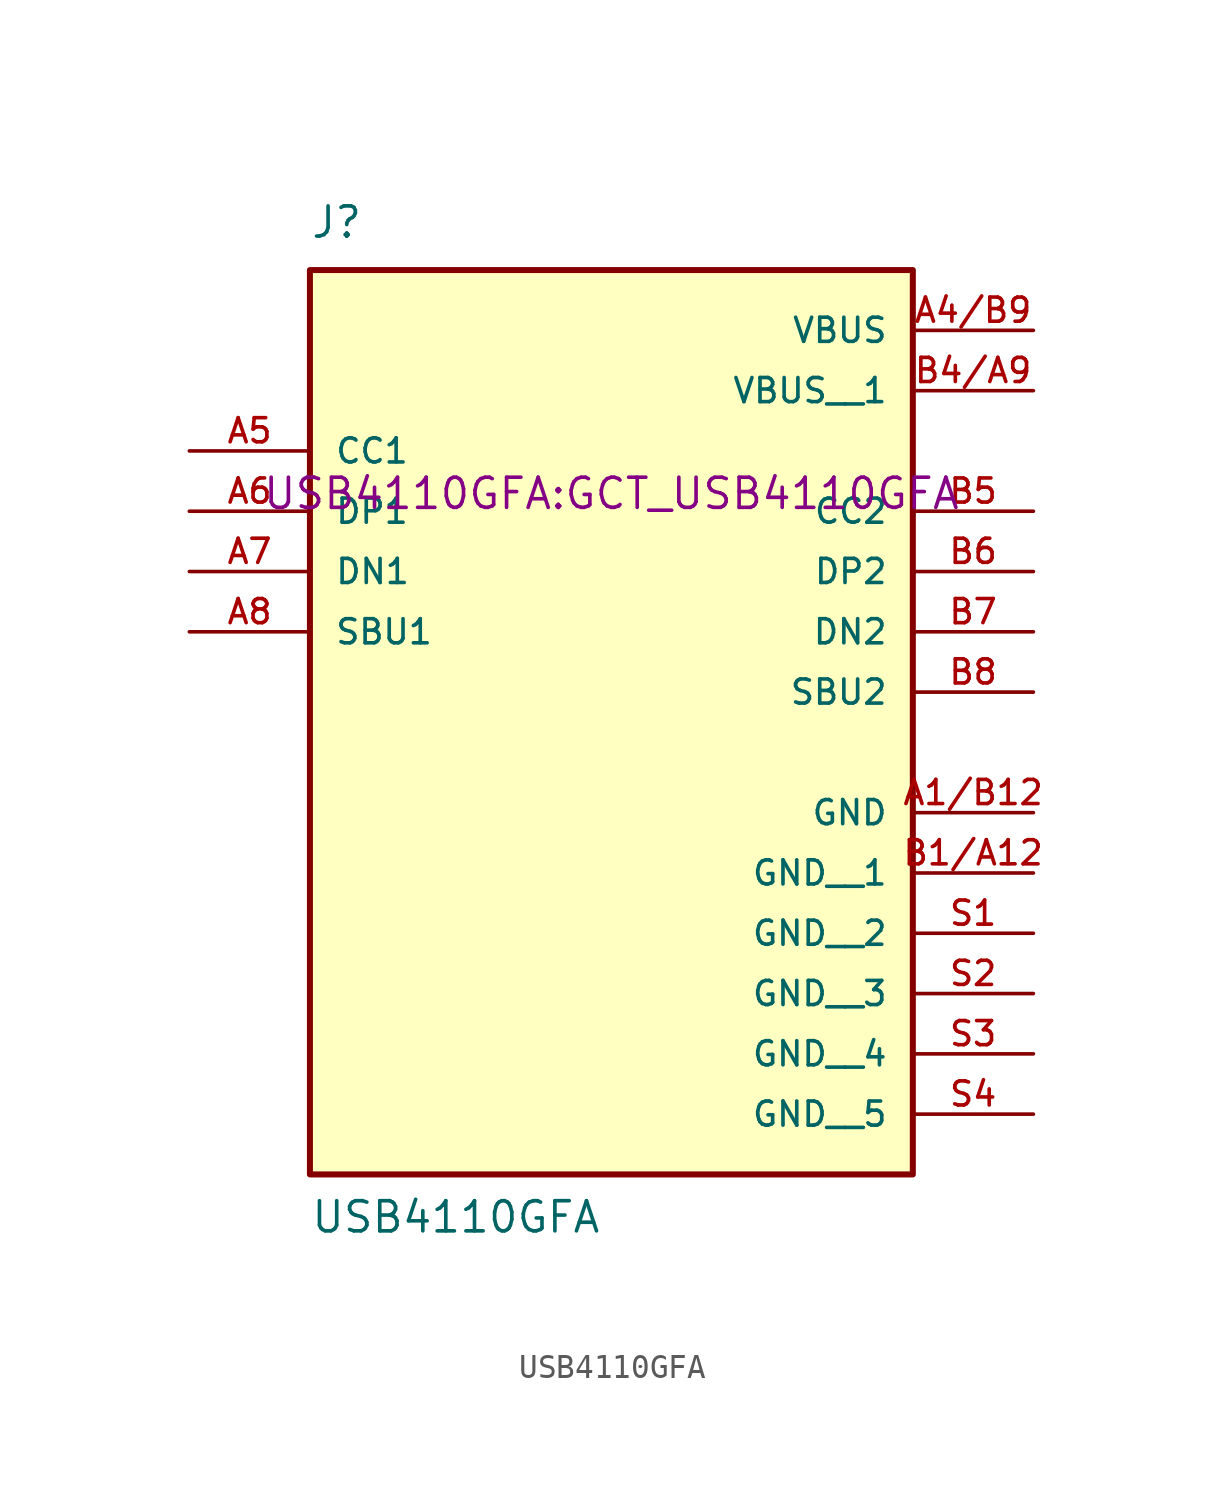
<source format=kicad_sym>
(kicad_symbol_lib
  (version 20231120)
  (generator "kicad_symbol_editor")
  (generator_version "8.0")
  (symbol "USB4110GFA"
    (pin_names
      (offset 1.016))
    (property "Reference" "J"
      (at -12.7 11.43 0)
      (effects (font (size 1.27 1.27)) (justify left bottom)))
    (property "Value" "USB4110GFA"
      (at -12.7 -30.48 0)
      (effects (font (size 1.27 1.27)) (justify left bottom)))
    (property "Footprint" "USB4110GFA:GCT_USB4110GFA"
      (at 0 0 0)
      (effects (font (size 1.27 1.27)) (justify bottom)))
    (symbol "USB4110GFA_0_0"
      (rectangle (start -12.7 -27.94) (end 12.7 10.16) (stroke (width 0.254) (type default)) (fill (type background)))
      (pin power_in line (at 17.78 -12.7 180) (length 5.08) (name "GND" (effects (font (size 1.016 1.016)))) (number "A1/B12" (effects (font (size 1.016 1.016)))))
      (pin power_in line (at 17.78 7.62 180) (length 5.08) (name "VBUS" (effects (font (size 1.016 1.016)))) (number "A4/B9" (effects (font (size 1.016 1.016)))))
      (pin bidirectional line (at -17.78 2.54 0) (length 5.08) (name "CC1" (effects (font (size 1.016 1.016)))) (number "A5" (effects (font (size 1.016 1.016)))))
      (pin bidirectional line (at -17.78 0 0) (length 5.08) (name "DP1" (effects (font (size 1.016 1.016)))) (number "A6" (effects (font (size 1.016 1.016)))))
      (pin bidirectional line (at -17.78 -2.54 0) (length 5.08) (name "DN1" (effects (font (size 1.016 1.016)))) (number "A7" (effects (font (size 1.016 1.016)))))
      (pin bidirectional line (at -17.78 -5.08 0) (length 5.08) (name "SBU1" (effects (font (size 1.016 1.016)))) (number "A8" (effects (font (size 1.016 1.016)))))
      (pin power_in line (at 17.78 -15.24 180) (length 5.08) (name "GND__1" (effects (font (size 1.016 1.016)))) (number "B1/A12" (effects (font (size 1.016 1.016)))))
      (pin power_in line (at 17.78 5.08 180) (length 5.08) (name "VBUS__1" (effects (font (size 1.016 1.016)))) (number "B4/A9" (effects (font (size 1.016 1.016)))))
      (pin bidirectional line (at 17.78 0 180) (length 5.08) (name "CC2" (effects (font (size 1.016 1.016)))) (number "B5" (effects (font (size 1.016 1.016)))))
      (pin bidirectional line (at 17.78 -2.54 180) (length 5.08) (name "DP2" (effects (font (size 1.016 1.016)))) (number "B6" (effects (font (size 1.016 1.016)))))
      (pin bidirectional line (at 17.78 -5.08 180) (length 5.08) (name "DN2" (effects (font (size 1.016 1.016)))) (number "B7" (effects (font (size 1.016 1.016)))))
      (pin bidirectional line (at 17.78 -7.62 180) (length 5.08) (name "SBU2" (effects (font (size 1.016 1.016)))) (number "B8" (effects (font (size 1.016 1.016)))))
      (pin power_in line (at 17.78 -17.78 180) (length 5.08) (name "GND__2" (effects (font (size 1.016 1.016)))) (number "S1" (effects (font (size 1.016 1.016)))))
      (pin power_in line (at 17.78 -20.32 180) (length 5.08) (name "GND__3" (effects (font (size 1.016 1.016)))) (number "S2" (effects (font (size 1.016 1.016)))))
      (pin power_in line (at 17.78 -22.86 180) (length 5.08) (name "GND__4" (effects (font (size 1.016 1.016)))) (number "S3" (effects (font (size 1.016 1.016)))))
      (pin power_in line (at 17.78 -25.4 180) (length 5.08) (name "GND__5" (effects (font (size 1.016 1.016)))) (number "S4" (effects (font (size 1.016 1.016))))))))
</source>
